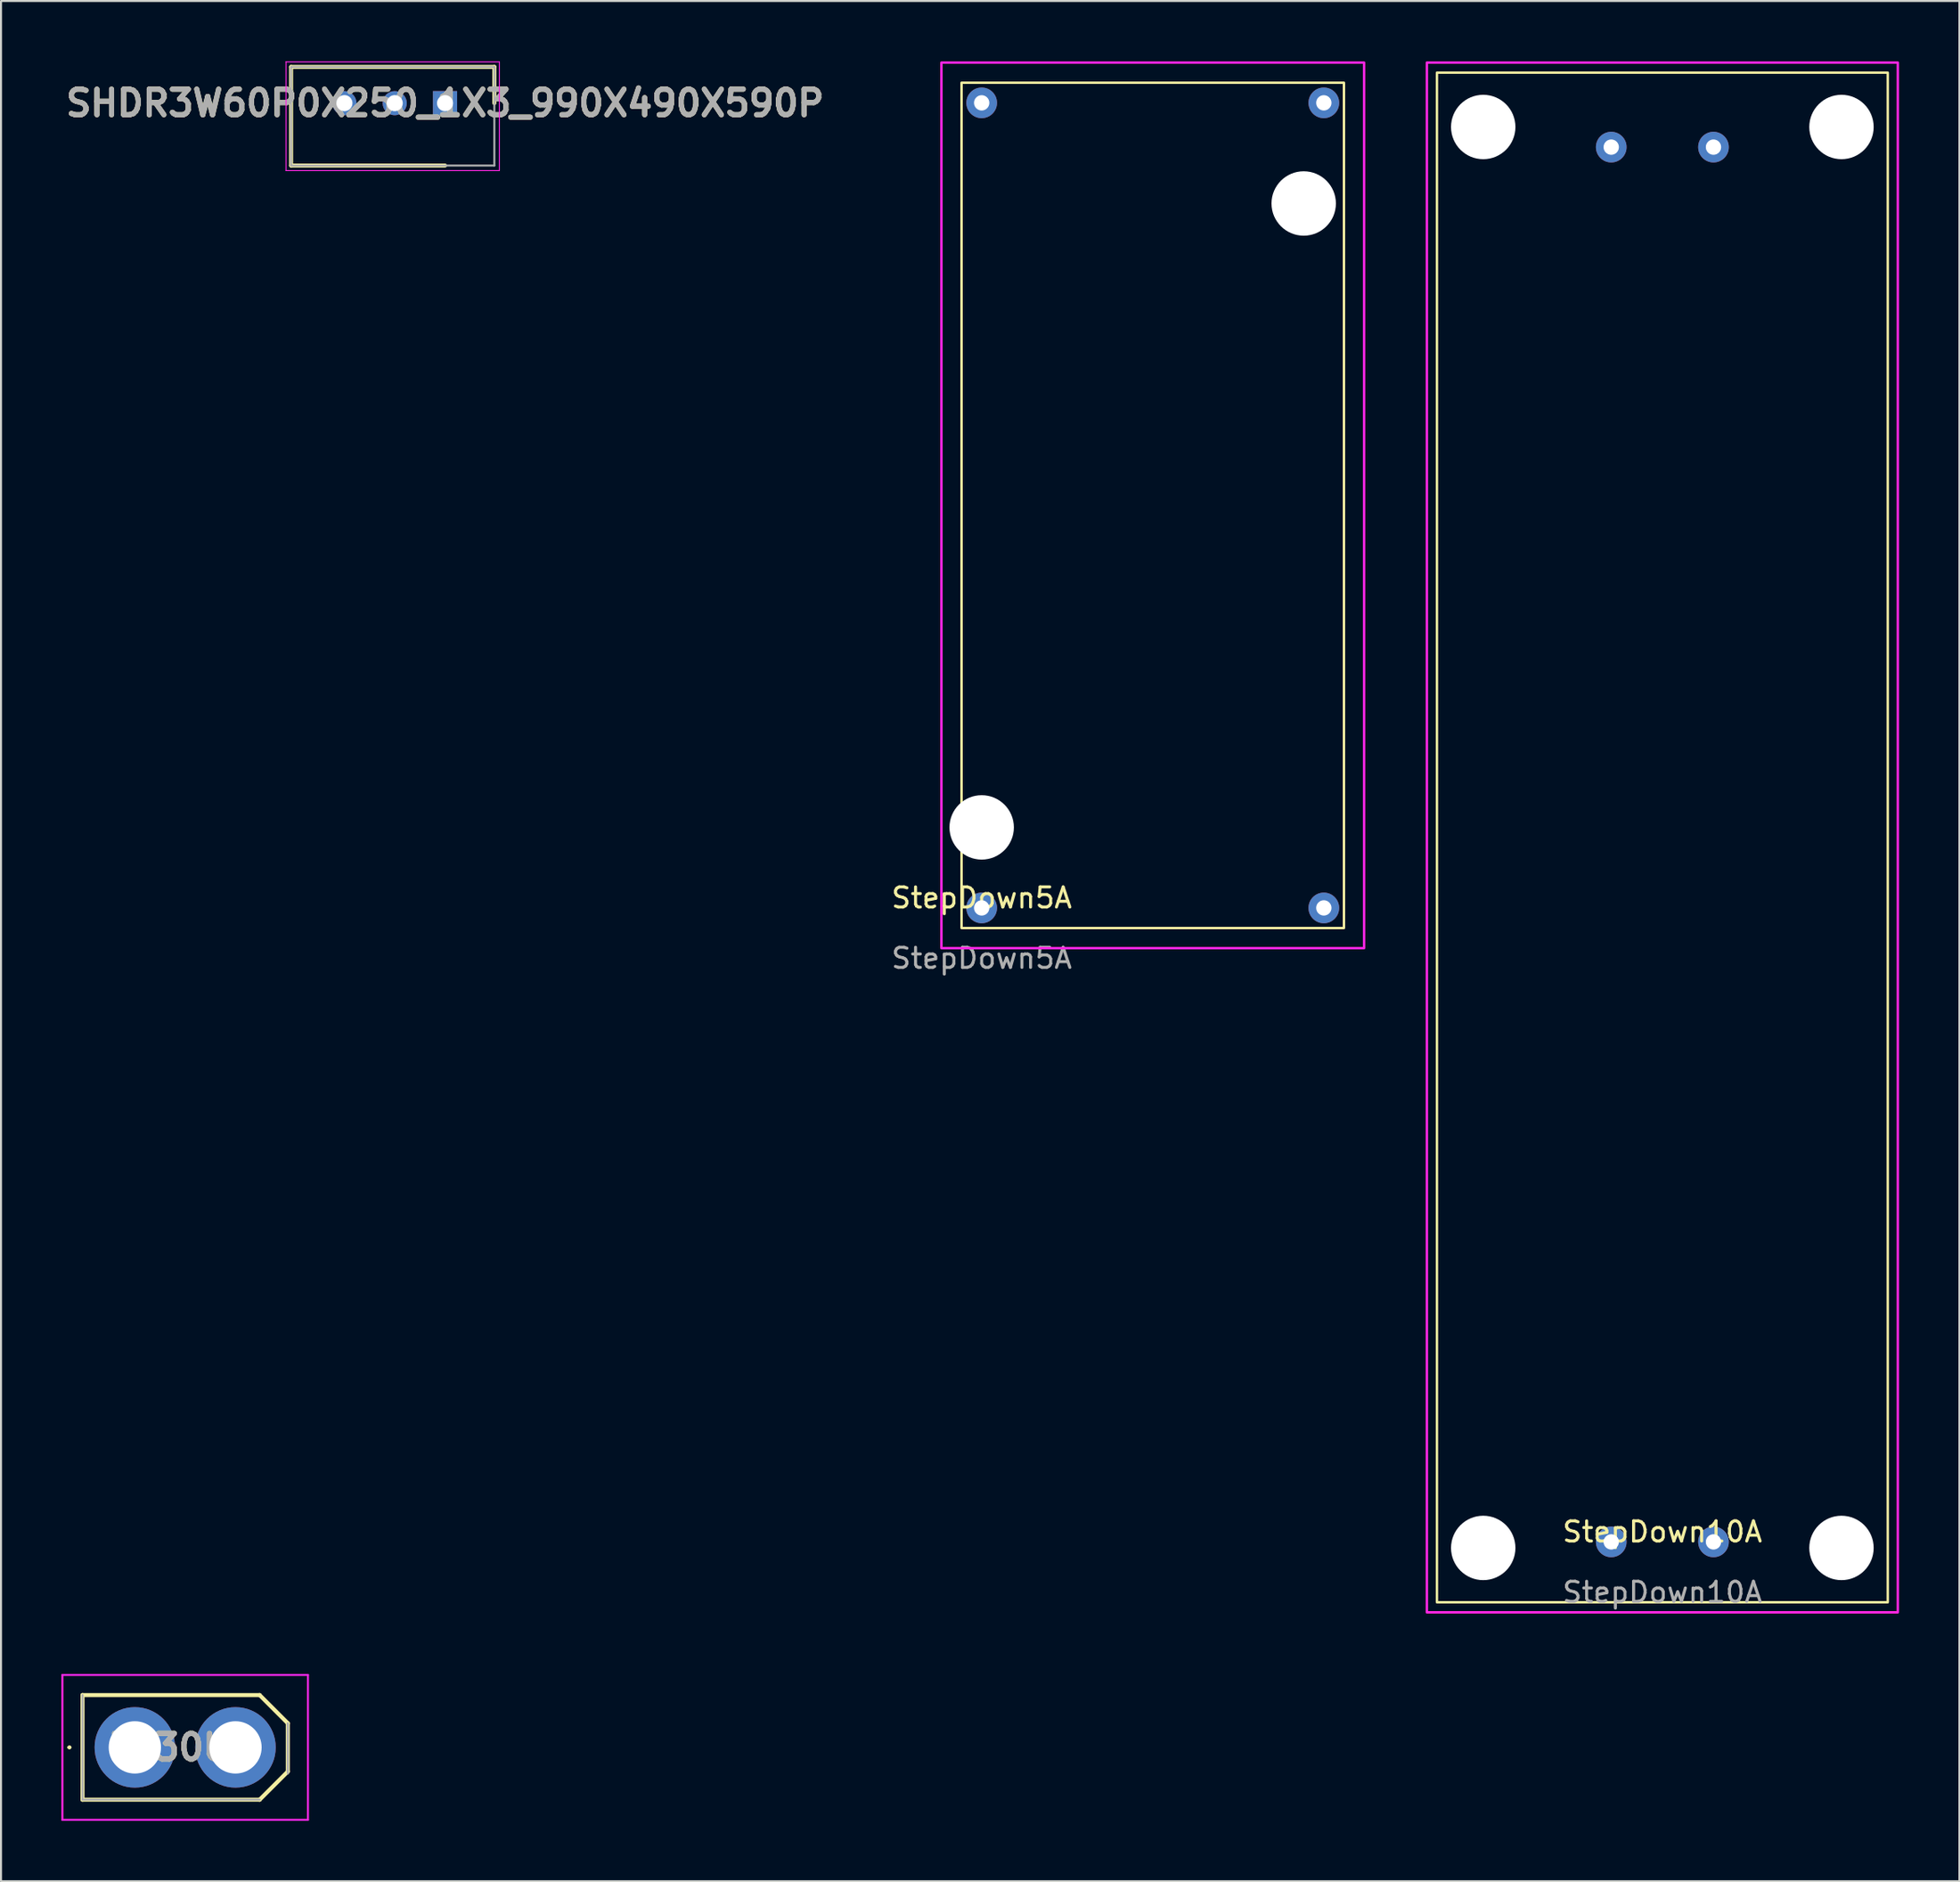
<source format=kicad_pcb>
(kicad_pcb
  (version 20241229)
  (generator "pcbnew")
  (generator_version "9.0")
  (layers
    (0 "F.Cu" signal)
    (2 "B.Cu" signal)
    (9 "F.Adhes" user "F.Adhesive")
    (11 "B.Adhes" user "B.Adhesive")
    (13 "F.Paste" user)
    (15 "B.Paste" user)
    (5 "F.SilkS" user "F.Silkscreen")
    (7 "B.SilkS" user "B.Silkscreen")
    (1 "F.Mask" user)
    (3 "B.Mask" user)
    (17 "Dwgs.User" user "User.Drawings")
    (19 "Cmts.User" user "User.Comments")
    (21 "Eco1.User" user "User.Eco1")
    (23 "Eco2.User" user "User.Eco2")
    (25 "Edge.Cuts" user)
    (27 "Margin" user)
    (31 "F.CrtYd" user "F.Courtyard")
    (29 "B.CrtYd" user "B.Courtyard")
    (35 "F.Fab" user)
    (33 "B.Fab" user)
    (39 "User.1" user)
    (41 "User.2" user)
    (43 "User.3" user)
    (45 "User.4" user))
  (footprint "StepDown10A"
    (layer "F.Cu")
    (at 79.545 73.56)
    (property "Reference" "StepDown10A" (at 0 -0.5 0) (unlocked yes) (layer "F.SilkS") (effects (font (size 1 1) (thickness 0.15))))
    (attr through_hole)
    (fp_rect (start -11.2 3) (end 11.2 -73) (stroke (width 0.12) (type solid)) (fill no) (layer "F.SilkS"))
    (fp_rect (start -11.7 3.5) (end 11.7 -73.5) (stroke (width 0.12) (type solid)) (fill no) (layer "F.CrtYd"))
    (fp_text user "${REFERENCE}" (at 0 2.5 0) (unlocked yes) (layer "F.Fab") (effects (font (size 1 1) (thickness 0.15))))
    (pad "" np_thru_hole circle (at -8.9 -70.3) (size 3.2 3.2) (drill 3.2) (layers "*.Cu" "*.Mask"))
    (pad "" np_thru_hole circle (at -8.9 0.3) (size 3.2 3.2) (drill 3.2) (layers "*.Cu" "*.Mask"))
    (pad "" np_thru_hole circle (at 8.9 -70.3) (size 3.2 3.2) (drill 3.2) (layers "*.Cu" "*.Mask"))
    (pad "" np_thru_hole circle (at 8.9 0.3) (size 3.2 3.2) (drill 3.2) (layers "*.Cu" "*.Mask"))
    (pad "1" thru_hole circle (at -2.54 0) (size 1.524 1.524) (drill 0.762) (layers "*.Cu" "*.Mask"))
    (pad "2" thru_hole circle (at 2.54 -69.3) (size 1.524 1.524) (drill 0.762) (layers "*.Cu" "*.Mask"))
    (pad "2" thru_hole circle (at 2.54 0) (size 1.524 1.524) (drill 0.762) (layers "*.Cu" "*.Mask"))
    (pad "3" thru_hole circle (at -2.54 -69.3) (size 1.524 1.524) (drill 0.762) (layers "*.Cu" "*.Mask")))
  (footprint "SHDR3W60P0X250_1X3_990X490X590P"
    (layer "F.Cu")
    (at 19.062 2.075)
    (property "Reference" "SHDR3W60P0X250_1X3_990X490X590P" (at 0 0 0) (layer "F.SilkS") (effects (font (size 1.27 1.27) (thickness 0.254))))
    (attr through_hole)
    (fp_line (start -7.65 -1.8) (end 2.45 -1.8) (stroke (width 0.2) (type solid)) (layer "F.SilkS"))
    (fp_line (start -7.65 3.1) (end -7.65 -1.8) (stroke (width 0.2) (type solid)) (layer "F.SilkS"))
    (fp_line (start 0 3.1) (end -7.65 3.1) (stroke (width 0.2) (type solid)) (layer "F.SilkS"))
    (fp_line (start 2.45 -1.8) (end 2.45 0) (stroke (width 0.2) (type solid)) (layer "F.SilkS"))
    (fp_line (start -7.9 -2.05) (end 2.7 -2.05) (stroke (width 0.05) (type solid)) (layer "F.CrtYd"))
    (fp_line (start -7.9 3.35) (end -7.9 -2.05) (stroke (width 0.05) (type solid)) (layer "F.CrtYd"))
    (fp_line (start 2.7 -2.05) (end 2.7 3.35) (stroke (width 0.05) (type solid)) (layer "F.CrtYd"))
    (fp_line (start 2.7 3.35) (end -7.9 3.35) (stroke (width 0.05) (type solid)) (layer "F.CrtYd"))
    (fp_line (start -7.65 -1.8) (end 2.45 -1.8) (stroke (width 0.1) (type solid)) (layer "F.Fab"))
    (fp_line (start -7.65 3.1) (end -7.65 -1.8) (stroke (width 0.1) (type solid)) (layer "F.Fab"))
    (fp_line (start 2.45 -1.8) (end 2.45 3.1) (stroke (width 0.1) (type solid)) (layer "F.Fab"))
    (fp_line (start 2.45 3.1) (end -7.65 3.1) (stroke (width 0.1) (type solid)) (layer "F.Fab"))
    (fp_text user "${REFERENCE}" (at 0 0 0) (layer "F.Fab") (effects (font (size 1.27 1.27) (thickness 0.254))))
    (pad "1" thru_hole rect (at 0 0) (size 1.2 1.2) (drill 0.8) (layers "*.Cu" "*.Mask"))
    (pad "2" thru_hole circle (at -2.5 0) (size 1.2 1.2) (drill 0.8) (layers "*.Cu" "*.Mask"))
    (pad "3" thru_hole circle (at -5 0) (size 1.2 1.2) (drill 0.8) (layers "*.Cu" "*.Mask")))
  (footprint "StepDown5A"
    (layer "F.Cu")
    (at 45.725 42.06)
    (property "Reference" "StepDown5A" (at 0 -0.5 0) (unlocked yes) (layer "F.SilkS") (effects (font (size 1 1) (thickness 0.15))))
    (attr through_hole)
    (fp_rect (start -1 1) (end 18 -41) (stroke (width 0.12) (type solid)) (fill no) (layer "F.SilkS"))
    (fp_rect (start -2 2) (end 19 -42) (stroke (width 0.12) (type solid)) (fill no) (layer "F.CrtYd"))
    (fp_text user "${REFERENCE}" (at 0 2.5 0) (unlocked yes) (layer "F.Fab") (effects (font (size 1 1) (thickness 0.15))))
    (pad "" np_thru_hole circle (at 0 -4) (size 3.2 3.2) (drill 3.2) (layers "*.Cu" "*.Mask"))
    (pad "" np_thru_hole circle (at 16 -35) (size 3.2 3.2) (drill 3.2) (layers "*.Cu" "*.Mask"))
    (pad "1" thru_hole circle (at 0 0) (size 1.524 1.524) (drill 0.762) (layers "*.Cu" "*.Mask"))
    (pad "2" thru_hole circle (at 17 -40) (size 1.524 1.524) (drill 0.762) (layers "*.Cu" "*.Mask"))
    (pad "2" thru_hole circle (at 17 0) (size 1.524 1.524) (drill 0.762) (layers "*.Cu" "*.Mask"))
    (pad "3" thru_hole circle (at 0 -40) (size 1.524 1.524) (drill 0.762) (layers "*.Cu" "*.Mask")))
  (footprint "XT30UM"
    (layer "F.Cu")
    (at 3.65 83.77)
    (property "Reference" "XT30UM" (at 2.5 0 0) (layer "F.SilkS") (effects (font (size 1.27 1.27) (thickness 0.254))))
    (attr through_hole)
    (fp_line (start -3.3 0) (end -3.3 0) (stroke (width 0.1) (type solid)) (layer "F.SilkS"))
    (fp_line (start -3.2 0) (end -3.2 0) (stroke (width 0.1) (type solid)) (layer "F.SilkS"))
    (fp_line (start -2.6 -2.6) (end 6.2 -2.6) (stroke (width 0.2) (type solid)) (layer "F.SilkS"))
    (fp_line (start -2.6 2.6) (end -2.6 -2.6) (stroke (width 0.2) (type solid)) (layer "F.SilkS"))
    (fp_line (start 6.2 -2.6) (end 7.6 -1.2) (stroke (width 0.2) (type solid)) (layer "F.SilkS"))
    (fp_line (start 6.2 2.6) (end -2.6 2.6) (stroke (width 0.2) (type solid)) (layer "F.SilkS"))
    (fp_line (start 6.2 2.6) (end 7.6 1.2) (stroke (width 0.2) (type solid)) (layer "F.SilkS"))
    (fp_line (start 7.6 -1.2) (end 7.6 1.2) (stroke (width 0.2) (type solid)) (layer "F.SilkS"))
    (fp_arc (start -3.3 0) (mid -3.25 -0.05) (end -3.2 0) (stroke (width 0.1) (type solid)) (layer "F.SilkS"))
    (fp_arc (start -3.2 0) (mid -3.25 0.05) (end -3.3 0) (stroke (width 0.1) (type solid)) (layer "F.SilkS"))
    (fp_line (start -3.6 -3.6) (end 8.6 -3.6) (stroke (width 0.1) (type solid)) (layer "F.CrtYd"))
    (fp_line (start -3.6 3.6) (end -3.6 -3.6) (stroke (width 0.1) (type solid)) (layer "F.CrtYd"))
    (fp_line (start 8.6 -3.6) (end 8.6 3.6) (stroke (width 0.1) (type solid)) (layer "F.CrtYd"))
    (fp_line (start 8.6 3.6) (end -3.6 3.6) (stroke (width 0.1) (type solid)) (layer "F.CrtYd"))
    (fp_line (start -2.6 -2.6) (end -2.6 2.6) (stroke (width 0.1) (type solid)) (layer "F.Fab"))
    (fp_line (start -2.6 2.6) (end 6.2 2.6) (stroke (width 0.1) (type solid)) (layer "F.Fab"))
    (fp_line (start 7.6 1.3) (end 7.6 -1.2) (stroke (width 0.1) (type solid)) (layer "F.Fab"))
    (fp_text user "${REFERENCE}" (at 2.5 0 0) (layer "F.Fab") (effects (font (size 1.27 1.27) (thickness 0.254))))
    (pad "1" thru_hole circle (at 0 0) (size 4 4) (drill 2.6) (layers "*.Cu" "*.Mask"))
    (pad "2" thru_hole circle (at 5 0) (size 4 4) (drill 2.6) (layers "*.Cu" "*.Mask")))
  (gr_rect
    (start -3 -3)
    (end 94.305 90.42)
    (stroke (width 0.1) (type default))
    (fill no)
    (layer "Edge.Cuts")))
</source>
